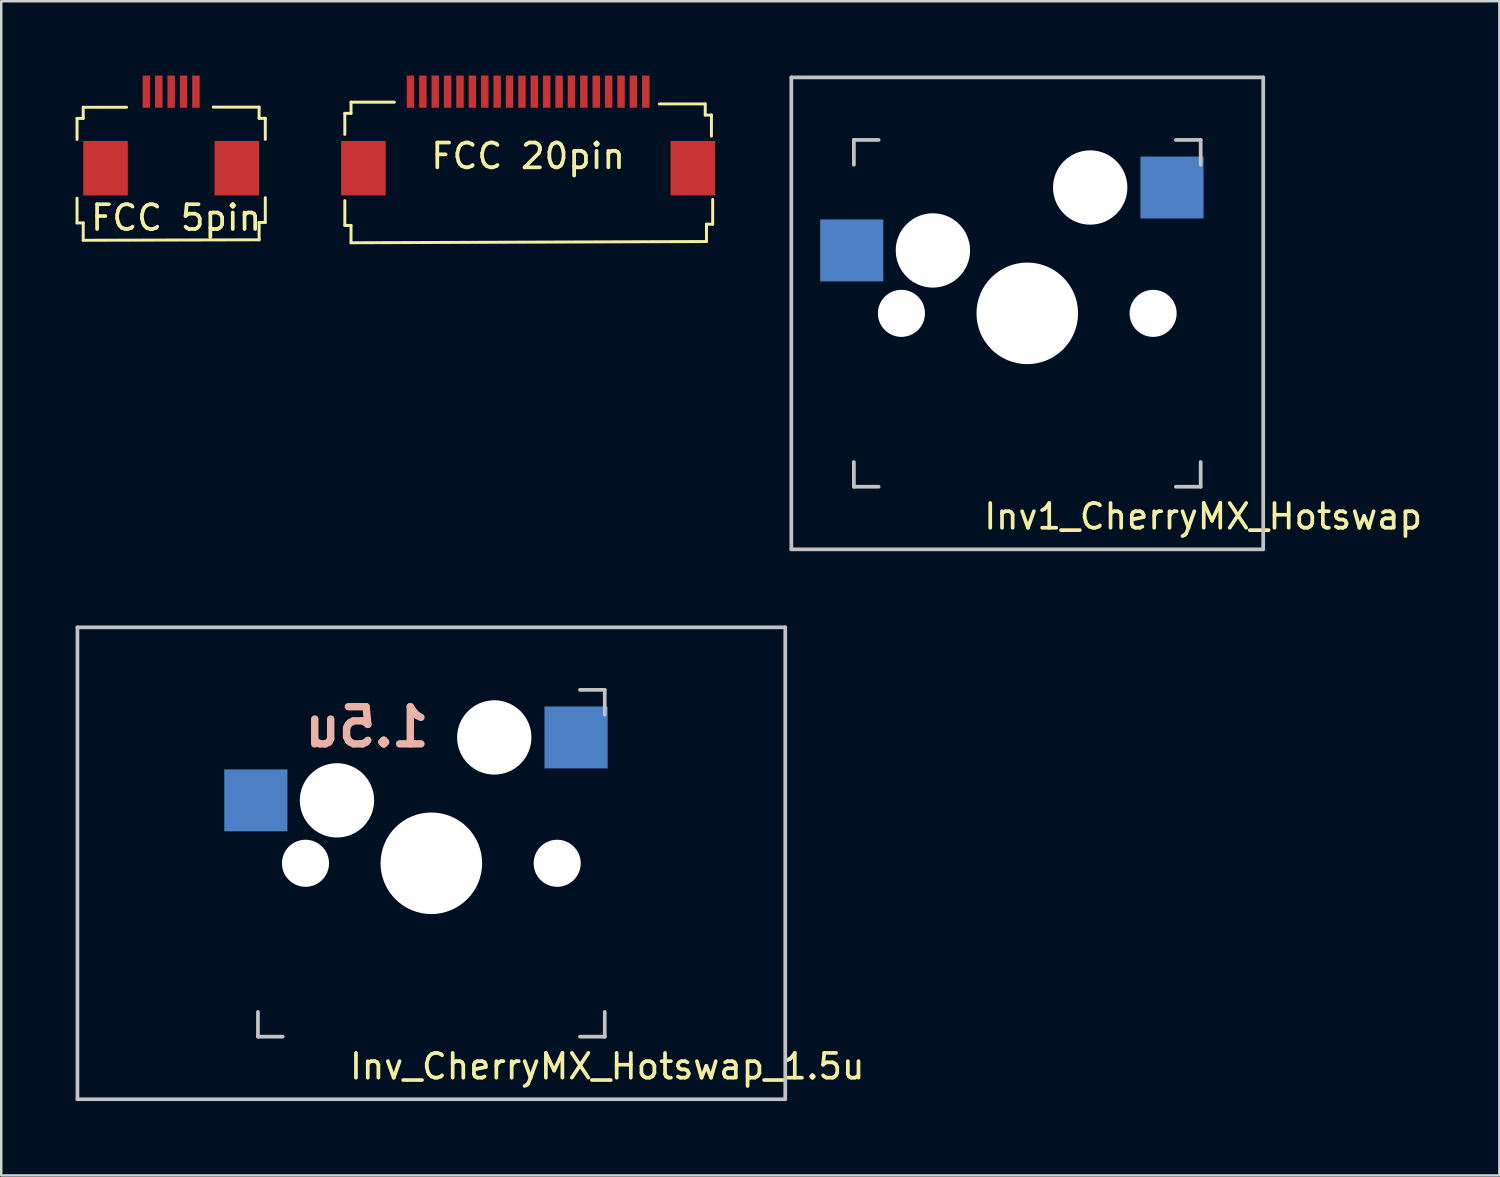
<source format=kicad_pcb>
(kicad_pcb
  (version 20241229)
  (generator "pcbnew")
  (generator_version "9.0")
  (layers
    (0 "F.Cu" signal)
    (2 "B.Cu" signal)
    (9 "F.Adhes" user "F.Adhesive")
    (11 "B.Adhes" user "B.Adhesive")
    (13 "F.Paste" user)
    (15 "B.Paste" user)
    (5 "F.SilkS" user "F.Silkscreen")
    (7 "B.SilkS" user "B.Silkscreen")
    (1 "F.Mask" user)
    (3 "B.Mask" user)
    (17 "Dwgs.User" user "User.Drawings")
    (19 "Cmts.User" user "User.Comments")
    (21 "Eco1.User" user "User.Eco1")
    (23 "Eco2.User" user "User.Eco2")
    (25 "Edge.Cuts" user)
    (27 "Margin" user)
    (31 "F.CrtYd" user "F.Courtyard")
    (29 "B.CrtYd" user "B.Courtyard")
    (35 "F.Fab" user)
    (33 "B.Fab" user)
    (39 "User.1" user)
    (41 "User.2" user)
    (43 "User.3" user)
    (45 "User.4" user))
  (footprint "FCC 20pin"
    (layer "F.Cu")
    (at 18.27 3.75)
    (property "Reference" "FCC 20pin" (at 0 -0.5 0) (unlocked yes) (layer "F.SilkS") (effects (font (size 1 1) (thickness 0.15))))
    (attr smd)
    (fp_line (start -7.4 -2.225) (end -7.4 -1.375) (stroke (width 0.12) (type solid)) (layer "F.SilkS"))
    (fp_line (start -7.4 1.3) (end -7.4 2.3) (stroke (width 0.12) (type solid)) (layer "F.SilkS"))
    (fp_line (start -7.15 -2.675) (end -7.15 -2.225) (stroke (width 0.12) (type solid)) (layer "F.SilkS"))
    (fp_line (start -7.15 -2.225) (end -7.4 -2.225) (stroke (width 0.12) (type solid)) (layer "F.SilkS"))
    (fp_line (start -7.15 2.3) (end -7.4 2.3) (stroke (width 0.12) (type solid)) (layer "F.SilkS"))
    (fp_line (start -7.15 2.3) (end -7.15 3) (stroke (width 0.12) (type solid)) (layer "F.SilkS"))
    (fp_line (start -7.15 3) (end 7.2 2.95) (stroke (width 0.12) (type solid)) (layer "F.SilkS"))
    (fp_line (start -5.4 -2.675) (end -7.15 -2.675) (stroke (width 0.12) (type solid)) (layer "F.SilkS"))
    (fp_line (start 7.15 -2.605) (end 5.3 -2.605) (stroke (width 0.12) (type solid)) (layer "F.SilkS"))
    (fp_line (start 7.15 -2.155) (end 7.15 -2.605) (stroke (width 0.12) (type solid)) (layer "F.SilkS"))
    (fp_line (start 7.2 2.25) (end 7.2 2.95) (stroke (width 0.12) (type solid)) (layer "F.SilkS"))
    (fp_line (start 7.4 -2.155) (end 7.15 -2.155) (stroke (width 0.12) (type solid)) (layer "F.SilkS"))
    (fp_line (start 7.4 -1.305) (end 7.4 -2.155) (stroke (width 0.12) (type solid)) (layer "F.SilkS"))
    (fp_line (start 7.45 2.25) (end 7.2 2.25) (stroke (width 0.12) (type solid)) (layer "F.SilkS"))
    (fp_line (start 7.45 2.25) (end 7.45 1.25) (stroke (width 0.12) (type solid)) (layer "F.SilkS"))
    (pad "1" smd rect (at -4.75 -3.1) (size 0.3 1.3) (layers "F.Cu" "F.Mask" "F.Paste"))
    (pad "2" smd rect (at -4.25 -3.1) (size 0.3 1.3) (layers "F.Cu" "F.Mask" "F.Paste"))
    (pad "3" smd rect (at -3.75 -3.1) (size 0.3 1.3) (layers "F.Cu" "F.Mask" "F.Paste"))
    (pad "4" smd rect (at -3.25 -3.1) (size 0.3 1.3) (layers "F.Cu" "F.Mask" "F.Paste"))
    (pad "5" smd rect (at -2.75 -3.1) (size 0.3 1.3) (layers "F.Cu" "F.Mask" "F.Paste"))
    (pad "6" smd rect (at -2.25 -3.1) (size 0.3 1.3) (layers "F.Cu" "F.Mask" "F.Paste"))
    (pad "7" smd rect (at -1.75 -3.1) (size 0.3 1.3) (layers "F.Cu" "F.Mask" "F.Paste"))
    (pad "8" smd rect (at -1.25 -3.1) (size 0.3 1.3) (layers "F.Cu" "F.Mask" "F.Paste"))
    (pad "9" smd rect (at -0.75 -3.1) (size 0.3 1.3) (layers "F.Cu" "F.Mask" "F.Paste"))
    (pad "10" smd rect (at -0.25 -3.1) (size 0.3 1.3) (layers "F.Cu" "F.Mask" "F.Paste"))
    (pad "11" smd rect (at 0.25 -3.1) (size 0.3 1.3) (layers "F.Cu" "F.Mask" "F.Paste"))
    (pad "12" smd rect (at 0.75 -3.1) (size 0.3 1.3) (layers "F.Cu" "F.Mask" "F.Paste"))
    (pad "13" smd rect (at 1.25 -3.1) (size 0.3 1.3) (layers "F.Cu" "F.Mask" "F.Paste"))
    (pad "14" smd rect (at 1.75 -3.1) (size 0.3 1.3) (layers "F.Cu" "F.Mask" "F.Paste"))
    (pad "15" smd rect (at 2.25 -3.1) (size 0.3 1.3) (layers "F.Cu" "F.Mask" "F.Paste"))
    (pad "16" smd rect (at 2.75 -3.1) (size 0.3 1.3) (layers "F.Cu" "F.Mask" "F.Paste"))
    (pad "17" smd rect (at 3.25 -3.1) (size 0.3 1.3) (layers "F.Cu" "F.Mask" "F.Paste"))
    (pad "18" smd rect (at 3.75 -3.1) (size 0.3 1.3) (layers "F.Cu" "F.Mask" "F.Paste"))
    (pad "19" smd rect (at 4.25 -3.1) (size 0.3 1.3) (layers "F.Cu" "F.Mask" "F.Paste"))
    (pad "20" smd rect (at 4.75 -3.1) (size 0.3 1.3) (layers "F.Cu" "F.Mask" "F.Paste"))
    (pad "MP" smd rect (at -6.65 -0.01) (size 1.8 2.2) (layers "F.Cu" "F.Mask" "F.Paste"))
    (pad "MP" smd rect (at 6.65 -0.01) (size 1.8 2.2) (layers "F.Cu" "F.Mask" "F.Paste")))
  (footprint "Inv1_CherryMX_Hotswap"
    (layer "F.Cu")
    (at 38.42 9.6)
    (property "Reference" "Inv1_CherryMX_Hotswap" (at 7.1 8.2 0) (layer "F.SilkS") (effects (font (size 1 1) (thickness 0.15))))
    (fp_line (start -9.525 -9.525) (end 9.525 -9.525) (stroke (width 0.15) (type solid)) (layer "Dwgs.User"))
    (fp_line (start -9.525 9.525) (end -9.525 -9.525) (stroke (width 0.15) (type solid)) (layer "Dwgs.User"))
    (fp_line (start -7 -7) (end -6 -7) (stroke (width 0.15) (type solid)) (layer "Dwgs.User"))
    (fp_line (start -7 -6) (end -7 -7) (stroke (width 0.15) (type solid)) (layer "Dwgs.User"))
    (fp_line (start -7 6) (end -7 7) (stroke (width 0.15) (type solid)) (layer "Dwgs.User"))
    (fp_line (start -7 7) (end -6 7) (stroke (width 0.15) (type solid)) (layer "Dwgs.User"))
    (fp_line (start 6 7) (end 7 7) (stroke (width 0.15) (type solid)) (layer "Dwgs.User"))
    (fp_line (start 7 -7) (end 6 -7) (stroke (width 0.15) (type solid)) (layer "Dwgs.User"))
    (fp_line (start 7 -7) (end 7 -6) (stroke (width 0.15) (type solid)) (layer "Dwgs.User"))
    (fp_line (start 7 7) (end 7 6) (stroke (width 0.15) (type solid)) (layer "Dwgs.User"))
    (fp_line (start 9.525 -9.525) (end 9.525 9.525) (stroke (width 0.15) (type solid)) (layer "Dwgs.User"))
    (fp_line (start 9.525 9.525) (end -9.525 9.525) (stroke (width 0.15) (type solid)) (layer "Dwgs.User"))
    (pad "" np_thru_hole circle (at -5.08 0) (size 1.9 1.9) (drill 1.9) (layers "*.Cu" "*.Mask"))
    (pad "" np_thru_hole circle (at -3.81 -2.54) (size 3 3) (drill 3) (layers "*.Cu" "*.Mask"))
    (pad "" np_thru_hole circle (at 0 0 90) (size 4.1 4.1) (drill 4.1) (layers "*.Cu" "*.Mask"))
    (pad "" np_thru_hole circle (at 2.54 -5.08) (size 3 3) (drill 3) (layers "*.Cu" "*.Mask"))
    (pad "" np_thru_hole circle (at 5.08 0) (size 1.9 1.9) (drill 1.9) (layers "*.Cu" "*.Mask"))
    (pad "1" smd rect (at -7.085 -2.54 180) (size 2.55 2.5) (layers "B.Cu" "B.Mask" "B.Paste"))
    (pad "2" smd rect (at 5.842 -5.08 180) (size 2.55 2.5) (layers "B.Cu" "B.Mask" "B.Paste")))
  (footprint "FCC 5pin"
    (layer "F.Cu")
    (at 3.86 3.74)
    (property "Reference" "FCC 5pin" (at 0.2 2 0) (unlocked yes) (layer "F.SilkS") (effects (font (size 1 1) (thickness 0.15))))
    (attr smd)
    (fp_line (start -3.8 -2.01) (end -3.8 -1.16) (stroke (width 0.12) (type solid)) (layer "F.SilkS"))
    (fp_line (start -3.8 1.21) (end -3.8 2.21) (stroke (width 0.12) (type solid)) (layer "F.SilkS"))
    (fp_line (start -3.55 -2.46) (end -3.55 -2.01) (stroke (width 0.12) (type solid)) (layer "F.SilkS"))
    (fp_line (start -3.55 -2.01) (end -3.8 -2.01) (stroke (width 0.12) (type solid)) (layer "F.SilkS"))
    (fp_line (start -3.55 2.21) (end -3.8 2.21) (stroke (width 0.12) (type solid)) (layer "F.SilkS"))
    (fp_line (start -3.55 2.21) (end -3.55 2.91) (stroke (width 0.12) (type solid)) (layer "F.SilkS"))
    (fp_line (start -3.55 2.91) (end 3.55 2.89) (stroke (width 0.12) (type solid)) (layer "F.SilkS"))
    (fp_line (start -1.8 -2.46) (end -3.55 -2.46) (stroke (width 0.12) (type solid)) (layer "F.SilkS"))
    (fp_line (start 3.55 -2.465) (end 1.7 -2.465) (stroke (width 0.12) (type solid)) (layer "F.SilkS"))
    (fp_line (start 3.55 -2.015) (end 3.55 -2.465) (stroke (width 0.12) (type solid)) (layer "F.SilkS"))
    (fp_line (start 3.55 2.19) (end 3.55 2.89) (stroke (width 0.12) (type solid)) (layer "F.SilkS"))
    (fp_line (start 3.8 -2.015) (end 3.55 -2.015) (stroke (width 0.12) (type solid)) (layer "F.SilkS"))
    (fp_line (start 3.8 -1.165) (end 3.8 -2.015) (stroke (width 0.12) (type solid)) (layer "F.SilkS"))
    (fp_line (start 3.8 2.19) (end 3.55 2.19) (stroke (width 0.12) (type solid)) (layer "F.SilkS"))
    (fp_line (start 3.8 2.19) (end 3.8 1.19) (stroke (width 0.12) (type solid)) (layer "F.SilkS"))
    (pad "1" smd rect (at -1 -3.09) (size 0.3 1.3) (layers "F.Cu" "F.Mask" "F.Paste"))
    (pad "2" smd rect (at -0.5 -3.09) (size 0.3 1.3) (layers "F.Cu" "F.Mask" "F.Paste"))
    (pad "3" smd rect (at 0 -3.09) (size 0.3 1.3) (layers "F.Cu" "F.Mask" "F.Paste"))
    (pad "4" smd rect (at 0.5 -3.09) (size 0.3 1.3) (layers "F.Cu" "F.Mask" "F.Paste"))
    (pad "5" smd rect (at 1 -3.09) (size 0.3 1.3) (layers "F.Cu" "F.Mask" "F.Paste"))
    (pad "MP" smd rect (at -2.65 0) (size 1.8 2.2) (layers "F.Cu" "F.Mask" "F.Paste"))
    (pad "MP" smd rect (at 2.65 0) (size 1.8 2.2) (layers "F.Cu" "F.Mask" "F.Paste")))
  (footprint "Inv_CherryMX_Hotswap_1.5u"
    (layer "F.Cu")
    (at 14.363 31.8)
    (property "Reference" "Inv_CherryMX_Hotswap_1.5u" (at 7.1 8.2 0) (layer "F.SilkS") (effects (font (size 1 1) (thickness 0.15))))
    (fp_line (start -14.287 -9.525) (end 14.287 -9.525) (stroke (width 0.15) (type solid)) (layer "Dwgs.User"))
    (fp_line (start -14.287 9.525) (end -14.287 -9.525) (stroke (width 0.15) (type solid)) (layer "Dwgs.User"))
    (fp_line (start -7 6) (end -7 7) (stroke (width 0.15) (type solid)) (layer "Dwgs.User"))
    (fp_line (start -7 7) (end -6 7) (stroke (width 0.15) (type solid)) (layer "Dwgs.User"))
    (fp_line (start 6 7) (end 7 7) (stroke (width 0.15) (type solid)) (layer "Dwgs.User"))
    (fp_line (start 7 -7) (end 6 -7) (stroke (width 0.15) (type solid)) (layer "Dwgs.User"))
    (fp_line (start 7 -7) (end 7 -6) (stroke (width 0.15) (type solid)) (layer "Dwgs.User"))
    (fp_line (start 7 7) (end 7 6) (stroke (width 0.15) (type solid)) (layer "Dwgs.User"))
    (fp_line (start 14.287 -9.525) (end 14.287 9.525) (stroke (width 0.15) (type solid)) (layer "Dwgs.User"))
    (fp_line (start 14.287 9.525) (end -14.287 9.525) (stroke (width 0.15) (type solid)) (layer "Dwgs.User"))
    (fp_text user "1.5u" (at -2.6 -5.5 0) (unlocked yes) (layer "B.SilkS") (effects (font (size 1.5 1.5) (thickness 0.3)) (justify mirror)))
    (pad "" np_thru_hole circle (at -5.08 0) (size 1.9 1.9) (drill 1.9) (layers "*.Cu" "*.Mask"))
    (pad "" np_thru_hole circle (at -3.81 -2.54) (size 3 3) (drill 3) (layers "*.Cu" "*.Mask"))
    (pad "" np_thru_hole circle (at 0 0 90) (size 4.1 4.1) (drill 4.1) (layers "*.Cu" "*.Mask"))
    (pad "" np_thru_hole circle (at 2.54 -5.08) (size 3 3) (drill 3) (layers "*.Cu" "*.Mask"))
    (pad "" np_thru_hole circle (at 5.08 0) (size 1.9 1.9) (drill 1.9) (layers "*.Cu" "*.Mask"))
    (pad "1" smd rect (at -7.085 -2.54 180) (size 2.55 2.5) (layers "B.Cu" "B.Mask" "B.Paste"))
    (pad "2" smd rect (at 5.842 -5.08 180) (size 2.55 2.5) (layers "B.Cu" "B.Mask" "B.Paste")))
  (gr_rect
    (start -3 -3)
    (end 57.478 44.4)
    (stroke (width 0.1) (type default))
    (fill no)
    (layer "Edge.Cuts")))
</source>
